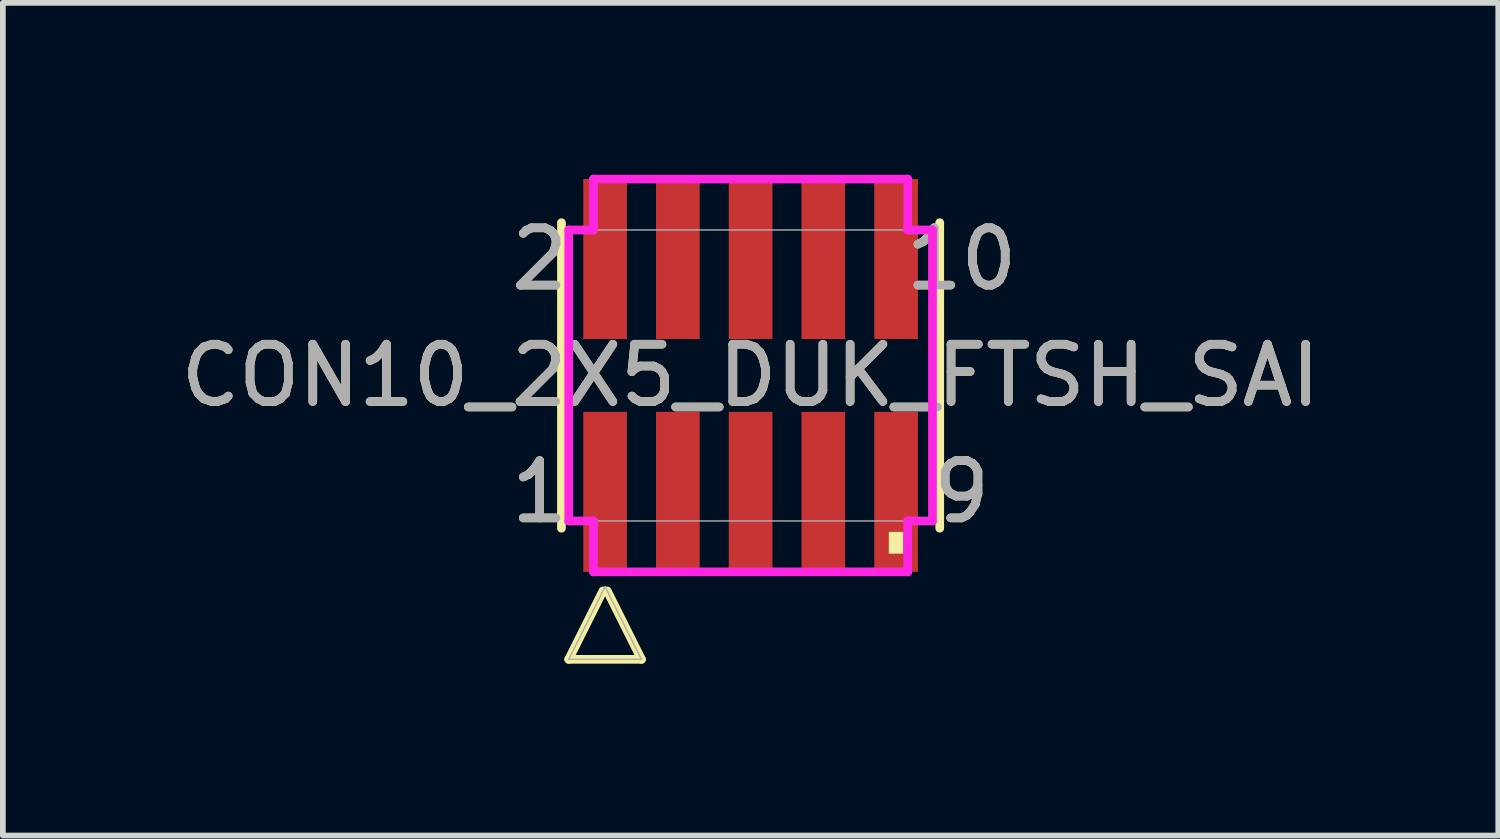
<source format=kicad_pcb>
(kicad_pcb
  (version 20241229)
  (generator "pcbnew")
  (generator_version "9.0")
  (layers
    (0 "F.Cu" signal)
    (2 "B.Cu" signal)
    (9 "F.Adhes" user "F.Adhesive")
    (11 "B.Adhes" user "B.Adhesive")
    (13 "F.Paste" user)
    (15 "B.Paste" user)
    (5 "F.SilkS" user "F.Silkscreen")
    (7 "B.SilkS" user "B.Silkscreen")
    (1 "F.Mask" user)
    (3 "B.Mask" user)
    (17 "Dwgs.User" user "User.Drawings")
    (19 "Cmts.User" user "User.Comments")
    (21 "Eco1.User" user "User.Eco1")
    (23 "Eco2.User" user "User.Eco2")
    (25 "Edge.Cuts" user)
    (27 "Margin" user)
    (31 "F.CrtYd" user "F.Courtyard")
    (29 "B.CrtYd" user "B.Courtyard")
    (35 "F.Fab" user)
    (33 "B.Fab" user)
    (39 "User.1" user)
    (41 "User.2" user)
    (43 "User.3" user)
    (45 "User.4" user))
  (footprint "CON10_2X5_DUK_FTSH_SAI"
    (layer "F.Cu")
    (at 10.054 3.505)
    (property "Reference" "CON10_2X5_DUK_FTSH_SAI" (at 0 0 0) (unlocked yes) (layer "F.SilkS") (effects (font (size 1 1) (thickness 0.15))))
    (attr smd)
    (fp_line (start -3.302 -2.667) (end -3.302 2.667) (stroke (width 0.152) (type solid)) (layer "F.SilkS"))
    (fp_line (start -3.175 4.956) (end -2.578 3.762) (stroke (width 0.152) (type solid)) (layer "F.SilkS"))
    (fp_line (start -2.502 3.762) (end -1.905 4.956) (stroke (width 0.152) (type solid)) (layer "F.SilkS"))
    (fp_line (start -1.905 4.956) (end -3.175 4.956) (stroke (width 0.152) (type solid)) (layer "F.SilkS"))
    (fp_line (start 3.302 2.667) (end 3.302 -2.667) (stroke (width 0.152) (type solid)) (layer "F.SilkS"))
    (fp_poly (pts (xy 2.413 2.731) (xy 2.413 3.111) (xy 2.667 3.111) (xy 2.667 2.731)) (stroke (width 0) (type solid)) (fill yes) (layer "F.SilkS"))
    (fp_line (start -3.175 -2.54) (end -2.743 -2.54) (stroke (width 0.152) (type solid)) (layer "F.CrtYd"))
    (fp_line (start -3.175 2.54) (end -3.175 -2.54) (stroke (width 0.152) (type solid)) (layer "F.CrtYd"))
    (fp_line (start -2.743 -2.54) (end -2.743 -3.429) (stroke (width 0.152) (type solid)) (layer "F.CrtYd"))
    (fp_line (start -2.743 2.54) (end -3.175 2.54) (stroke (width 0.152) (type solid)) (layer "F.CrtYd"))
    (fp_line (start -2.743 3.429) (end -2.743 2.54) (stroke (width 0.152) (type solid)) (layer "F.CrtYd"))
    (fp_line (start -2.743 3.429) (end 2.743 3.429) (stroke (width 0.152) (type solid)) (layer "F.CrtYd"))
    (fp_line (start 2.743 -3.429) (end -2.743 -3.429) (stroke (width 0.152) (type solid)) (layer "F.CrtYd"))
    (fp_line (start 2.743 -3.429) (end 2.743 -2.54) (stroke (width 0.152) (type solid)) (layer "F.CrtYd"))
    (fp_line (start 2.743 -2.54) (end 3.175 -2.54) (stroke (width 0.152) (type solid)) (layer "F.CrtYd"))
    (fp_line (start 2.743 2.54) (end 2.743 3.429) (stroke (width 0.152) (type solid)) (layer "F.CrtYd"))
    (fp_line (start 3.175 -2.54) (end 3.175 2.54) (stroke (width 0.152) (type solid)) (layer "F.CrtYd"))
    (fp_line (start 3.175 2.54) (end 2.743 2.54) (stroke (width 0.152) (type solid)) (layer "F.CrtYd"))
    (fp_line (start -3.175 -2.54) (end -3.175 2.54) (stroke (width 0.025) (type solid)) (layer "F.Fab"))
    (fp_line (start -3.175 2.54) (end 3.175 2.54) (stroke (width 0.025) (type solid)) (layer "F.Fab"))
    (fp_line (start -3.175 4.956) (end -2.54 3.686) (stroke (width 0.025) (type solid)) (layer "F.Fab"))
    (fp_line (start -2.54 3.686) (end -1.905 4.956) (stroke (width 0.025) (type solid)) (layer "F.Fab"))
    (fp_line (start -1.905 4.956) (end -3.175 4.956) (stroke (width 0.025) (type solid)) (layer "F.Fab"))
    (fp_line (start 3.175 -2.54) (end -3.175 -2.54) (stroke (width 0.025) (type solid)) (layer "F.Fab"))
    (fp_line (start 3.175 2.54) (end 3.175 -2.54) (stroke (width 0.025) (type solid)) (layer "F.Fab"))
    (fp_text user "9" (at 3.683 2.032 0) (unlocked yes) (layer "F.SilkS") (effects (font (size 1 1) (thickness 0.15))))
    (fp_text user "1" (at -3.683 2.032 0) (unlocked yes) (layer "F.SilkS") (effects (font (size 1 1) (thickness 0.15))))
    (fp_text user "2" (at -3.683 -2.032 0) (unlocked yes) (layer "F.SilkS") (effects (font (size 1 1) (thickness 0.15))))
    (fp_text user "10" (at 3.683 -2.032 0) (unlocked yes) (layer "F.SilkS") (effects (font (size 1 1) (thickness 0.15))))
    (fp_text user "10" (at 3.683 -2.032 0) (unlocked yes) (layer "F.Fab") (effects (font (size 1 1) (thickness 0.15))))
    (fp_text user "9" (at 3.683 2.032 0) (unlocked yes) (layer "F.Fab") (effects (font (size 1 1) (thickness 0.15))))
    (fp_text user "1" (at -3.683 2.032 0) (unlocked yes) (layer "F.Fab") (effects (font (size 1 1) (thickness 0.15))))
    (fp_text user "2" (at -3.683 -2.032 0) (unlocked yes) (layer "F.Fab") (effects (font (size 1 1) (thickness 0.15))))
    (fp_text user "${REFERENCE}" (at 0 0 0) (unlocked yes) (layer "F.Fab") (effects (font (size 1 1) (thickness 0.15))))
    (pad "1" smd rect (at -2.54 2.032) (size 0.762 2.794) (layers "F.Cu" "F.Mask" "F.Paste"))
    (pad "2" smd rect (at -2.54 -2.032) (size 0.762 2.794) (layers "F.Cu" "F.Mask" "F.Paste"))
    (pad "3" smd rect (at -1.27 2.032) (size 0.762 2.794) (layers "F.Cu" "F.Mask" "F.Paste"))
    (pad "4" smd rect (at -1.27 -2.032) (size 0.762 2.794) (layers "F.Cu" "F.Mask" "F.Paste"))
    (pad "5" smd rect (at 0 2.032) (size 0.762 2.794) (layers "F.Cu" "F.Mask" "F.Paste"))
    (pad "6" smd rect (at 0 -2.032) (size 0.762 2.794) (layers "F.Cu" "F.Mask" "F.Paste"))
    (pad "7" smd rect (at 1.27 2.032) (size 0.762 2.794) (layers "F.Cu" "F.Mask" "F.Paste"))
    (pad "8" smd rect (at 1.27 -2.032) (size 0.762 2.794) (layers "F.Cu" "F.Mask" "F.Paste"))
    (pad "9" smd rect (at 2.54 2.032) (size 0.762 2.794) (layers "F.Cu" "F.Mask" "F.Paste"))
    (pad "10" smd rect (at 2.54 -2.032) (size 0.762 2.794) (layers "F.Cu" "F.Mask" "F.Paste")))
  (gr_rect
    (start -3 -3)
    (end 23.107 11.537)
    (stroke (width 0.1) (type default))
    (fill no)
    (layer "Edge.Cuts")))
</source>
